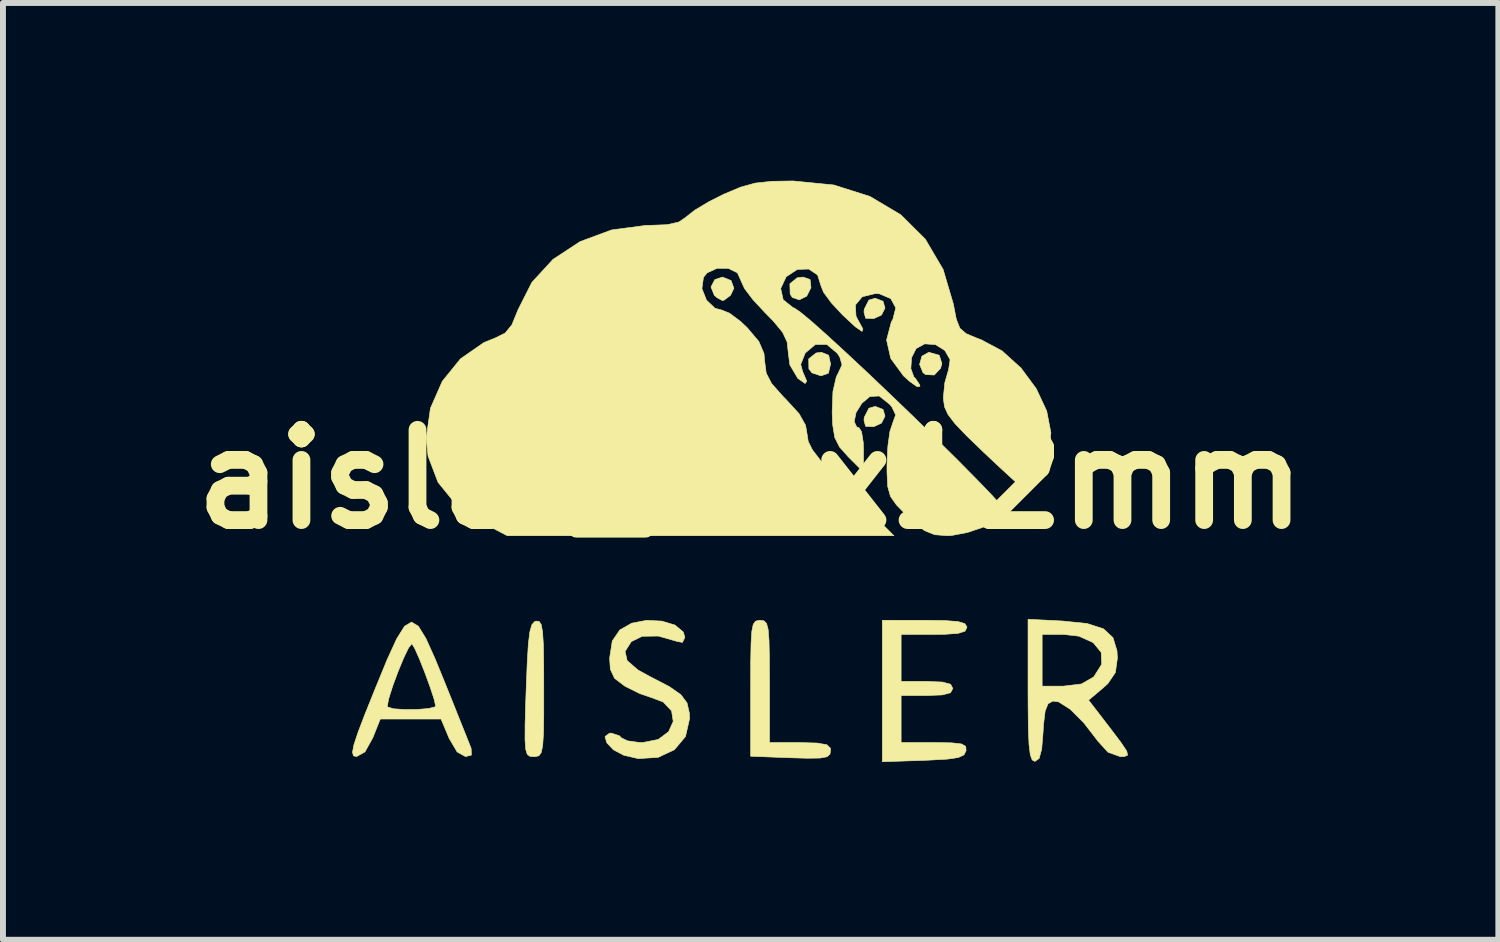
<source format=kicad_pcb>
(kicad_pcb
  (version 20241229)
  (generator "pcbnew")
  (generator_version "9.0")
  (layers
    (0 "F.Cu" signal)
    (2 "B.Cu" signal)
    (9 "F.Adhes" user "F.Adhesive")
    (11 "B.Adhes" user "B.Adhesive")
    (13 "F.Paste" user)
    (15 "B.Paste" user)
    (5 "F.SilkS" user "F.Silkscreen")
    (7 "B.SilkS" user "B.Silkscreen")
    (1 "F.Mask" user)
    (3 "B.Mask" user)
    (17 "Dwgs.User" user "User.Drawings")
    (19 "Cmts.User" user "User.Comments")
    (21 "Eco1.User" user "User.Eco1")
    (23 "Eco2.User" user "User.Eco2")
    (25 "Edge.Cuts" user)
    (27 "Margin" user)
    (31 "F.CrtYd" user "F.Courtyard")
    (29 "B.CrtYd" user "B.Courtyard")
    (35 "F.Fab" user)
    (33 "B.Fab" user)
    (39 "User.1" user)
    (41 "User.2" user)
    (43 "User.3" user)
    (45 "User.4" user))
  (footprint "aisler_15x12mm"
    (layer "F.Cu")
    (at 9.623 5.041)
    (property "Reference" "aisler_15x12mm" (at 0 0 0) (layer "F.SilkS") (effects (font (size 1.524 1.524) (thickness 0.3))))
    (attr through_hole)
    (fp_poly (pts (xy 1.003 -3.373) (xy 1.018 -3.235) (xy 0.946 -3.091) (xy 0.821 -3.029) (xy 0.703 -3.069) (xy 0.667 -3.126) (xy 0.662 -3.301) (xy 0.786 -3.401) (xy 0.883 -3.413) (xy 1.003 -3.373)) (stroke (width 0.01) (type solid)) (fill yes) (layer "F.SilkS"))
    (fp_poly (pts (xy 1.317 -2.094) (xy 1.349 -1.945) (xy 1.313 -1.79) (xy 1.188 -1.746) (xy 1.036 -1.796) (xy 0.983 -1.862) (xy 0.98 -2.033) (xy 1.105 -2.132) (xy 1.195 -2.143) (xy 1.317 -2.094)) (stroke (width 0.01) (type solid)) (fill yes) (layer "F.SilkS"))
    (fp_poly (pts (xy 2.235 -3.005) (xy 2.268 -2.891) (xy 2.209 -2.773) (xy 2.077 -2.712) (xy 1.941 -2.718) (xy 1.913 -2.822) (xy 1.918 -2.871) (xy 1.996 -3.025) (xy 2.103 -3.056) (xy 2.235 -3.005)) (stroke (width 0.01) (type solid)) (fill yes) (layer "F.SilkS"))
    (fp_poly (pts (xy 2.235 -1.179) (xy 2.268 -1.066) (xy 2.209 -0.948) (xy 2.077 -0.887) (xy 1.941 -0.893) (xy 1.913 -0.996) (xy 1.918 -1.045) (xy 1.996 -1.199) (xy 2.103 -1.23) (xy 2.235 -1.179)) (stroke (width 0.01) (type solid)) (fill yes) (layer "F.SilkS"))
    (fp_poly (pts (xy -0.331 -3.355) (xy -0.283 -3.224) (xy -0.34 -3.105) (xy -0.445 -3.026) (xy -0.476 -3.016) (xy -0.567 -3.065) (xy -0.613 -3.105) (xy -0.67 -3.246) (xy -0.605 -3.37) (xy -0.476 -3.413) (xy -0.331 -3.355)) (stroke (width 0.01) (type solid)) (fill yes) (layer "F.SilkS"))
    (fp_poly (pts (xy 3.184 -2.093) (xy 3.228 -1.953) (xy 3.206 -1.872) (xy 3.099 -1.76) (xy 2.954 -1.767) (xy 2.91 -1.799) (xy 2.852 -1.939) (xy 2.891 -2.078) (xy 3.007 -2.143) (xy 3.012 -2.143) (xy 3.184 -2.093)) (stroke (width 0.01) (type solid)) (fill yes) (layer "F.SilkS"))
    (fp_poly (pts (xy -3.571 2.4) (xy -3.536 2.454) (xy -3.513 2.58) (xy -3.499 2.8) (xy -3.494 3.137) (xy -3.493 3.526) (xy -3.493 3.976) (xy -3.498 4.291) (xy -3.511 4.495) (xy -3.535 4.612) (xy -3.573 4.667) (xy -3.63 4.682) (xy -3.66 4.683) (xy -3.726 4.678) (xy -3.771 4.645) (xy -3.797 4.56) (xy -3.809 4.4) (xy -3.808 4.14) (xy -3.797 3.756) (xy -3.79 3.552) (xy -3.772 3.099) (xy -3.753 2.782) (xy -3.728 2.576) (xy -3.695 2.458) (xy -3.649 2.405) (xy -3.622 2.395) (xy -3.571 2.4)) (stroke (width 0.01) (type solid)) (fill yes) (layer "F.SilkS"))
    (fp_poly (pts (xy 0.224 2.39) (xy 0.268 2.433) (xy 0.295 2.536) (xy 0.31 2.724) (xy 0.316 3.022) (xy 0.318 3.413) (xy 0.318 4.445) (xy 0.833 4.445) (xy 1.126 4.454) (xy 1.288 4.483) (xy 1.347 4.541) (xy 1.349 4.559) (xy 1.34 4.638) (xy 1.29 4.685) (xy 1.172 4.707) (xy 0.954 4.71) (xy 0.615 4.7) (xy 0 4.676) (xy 0 3.529) (xy 0.001 3.081) (xy 0.007 2.768) (xy 0.02 2.565) (xy 0.044 2.449) (xy 0.083 2.396) (xy 0.14 2.382) (xy 0.159 2.381) (xy 0.224 2.39)) (stroke (width 0.01) (type solid)) (fill yes) (layer "F.SilkS"))
    (fp_poly (pts (xy 3.285 2.386) (xy 3.502 2.403) (xy 3.615 2.437) (xy 3.651 2.492) (xy 3.651 2.5) (xy 3.619 2.565) (xy 3.501 2.602) (xy 3.27 2.618) (xy 3.096 2.619) (xy 2.54 2.619) (xy 2.54 3.413) (xy 2.977 3.413) (xy 3.24 3.424) (xy 3.375 3.461) (xy 3.413 3.532) (xy 3.374 3.604) (xy 3.236 3.641) (xy 2.977 3.651) (xy 2.54 3.651) (xy 2.54 4.445) (xy 3.101 4.445) (xy 3.395 4.45) (xy 3.561 4.469) (xy 3.631 4.51) (xy 3.637 4.583) (xy 3.636 4.584) (xy 3.601 4.653) (xy 3.505 4.698) (xy 3.319 4.725) (xy 3.011 4.742) (xy 2.916 4.746) (xy 2.223 4.769) (xy 2.223 2.381) (xy 2.937 2.381) (xy 3.285 2.386)) (stroke (width 0.01) (type solid)) (fill yes) (layer "F.SilkS"))
    (fp_poly (pts (xy -1.499 2.395) (xy -1.277 2.462) (xy -1.137 2.579) (xy -1.111 2.67) (xy -1.152 2.755) (xy -1.25 2.735) (xy -1.559 2.647) (xy -1.832 2.651) (xy -2.015 2.741) (xy -2.12 2.906) (xy -2.085 3.062) (xy -1.903 3.22) (xy -1.695 3.334) (xy -1.376 3.499) (xy -1.178 3.637) (xy -1.074 3.777) (xy -1.035 3.948) (xy -1.032 4.044) (xy -1.1 4.343) (xy -1.287 4.566) (xy -1.562 4.695) (xy -1.896 4.716) (xy -2.142 4.66) (xy -2.317 4.567) (xy -2.429 4.449) (xy -2.459 4.345) (xy -2.384 4.288) (xy -2.352 4.286) (xy -2.214 4.332) (xy -2.183 4.366) (xy -2.079 4.416) (xy -1.881 4.444) (xy -1.823 4.445) (xy -1.56 4.393) (xy -1.385 4.262) (xy -1.307 4.089) (xy -1.335 3.91) (xy -1.476 3.761) (xy -1.65 3.695) (xy -1.873 3.618) (xy -2.113 3.499) (xy -2.126 3.491) (xy -2.298 3.361) (xy -2.369 3.207) (xy -2.381 3.021) (xy -2.336 2.73) (xy -2.208 2.543) (xy -2.008 2.43) (xy -1.757 2.382) (xy -1.499 2.395)) (stroke (width 0.01) (type solid)) (fill yes) (layer "F.SilkS"))
    (fp_poly (pts (xy 5.271 2.394) (xy 5.681 2.436) (xy 5.956 2.525) (xy 6.117 2.674) (xy 6.185 2.898) (xy 6.191 3.021) (xy 6.158 3.262) (xy 6.031 3.449) (xy 5.948 3.524) (xy 5.705 3.729) (xy 6.072 4.206) (xy 6.254 4.447) (xy 6.349 4.589) (xy 6.364 4.659) (xy 6.309 4.681) (xy 6.241 4.683) (xy 6.034 4.609) (xy 5.866 4.425) (xy 5.625 4.113) (xy 5.396 3.884) (xy 5.201 3.759) (xy 5.103 3.745) (xy 5.021 3.79) (xy 4.972 3.911) (xy 4.944 4.142) (xy 4.937 4.267) (xy 4.913 4.557) (xy 4.87 4.714) (xy 4.801 4.762) (xy 4.798 4.763) (xy 4.753 4.739) (xy 4.721 4.652) (xy 4.7 4.482) (xy 4.688 4.206) (xy 4.684 3.803) (xy 4.683 3.563) (xy 4.683 2.619) (xy 4.921 2.619) (xy 4.921 3.493) (xy 5.278 3.493) (xy 5.585 3.456) (xy 5.789 3.339) (xy 5.794 3.334) (xy 5.927 3.123) (xy 5.918 2.923) (xy 5.783 2.758) (xy 5.541 2.649) (xy 5.278 2.619) (xy 4.921 2.619) (xy 4.683 2.619) (xy 4.683 2.364) (xy 5.271 2.394)) (stroke (width 0.01) (type solid)) (fill yes) (layer "F.SilkS"))
    (fp_poly (pts (xy -5.61 2.481) (xy -5.482 2.689) (xy -5.327 3.033) (xy -5.181 3.39) (xy -5.027 3.772) (xy -4.892 4.11) (xy -4.787 4.372) (xy -4.726 4.526) (xy -4.719 4.544) (xy -4.715 4.657) (xy -4.814 4.682) (xy -4.955 4.604) (xy -5.09 4.375) (xy -5.094 4.365) (xy -5.227 4.048) (xy -6.253 4.048) (xy -6.38 4.366) (xy -6.512 4.603) (xy -6.655 4.683) (xy -6.655 4.683) (xy -6.706 4.668) (xy -6.722 4.608) (xy -6.698 4.484) (xy -6.629 4.274) (xy -6.508 3.957) (xy -6.456 3.829) (xy -6.134 3.829) (xy -6.13 3.845) (xy -6.029 3.875) (xy -5.842 3.888) (xy -5.624 3.886) (xy -5.433 3.87) (xy -5.326 3.841) (xy -5.318 3.83) (xy -5.344 3.713) (xy -5.41 3.512) (xy -5.498 3.271) (xy -5.59 3.038) (xy -5.67 2.858) (xy -5.718 2.779) (xy -5.721 2.778) (xy -5.775 2.846) (xy -5.859 3.019) (xy -5.954 3.25) (xy -6.044 3.493) (xy -6.11 3.702) (xy -6.134 3.829) (xy -6.456 3.829) (xy -6.345 3.552) (xy -6.139 3.05) (xy -5.976 2.694) (xy -5.843 2.481) (xy -5.725 2.411) (xy -5.61 2.481)) (stroke (width 0.01) (type solid)) (fill yes) (layer "F.SilkS"))
    (fp_poly (pts (xy 1.404 -4.968) (xy 2.013 -4.775) (xy 2.532 -4.467) (xy 2.948 -4.054) (xy 3.249 -3.543) (xy 3.421 -2.962) (xy 3.472 -2.701) (xy 3.533 -2.548) (xy 3.64 -2.457) (xy 3.83 -2.378) (xy 3.889 -2.357) (xy 4.246 -2.166) (xy 4.564 -1.878) (xy 4.822 -1.529) (xy 4.998 -1.152) (xy 5.069 -0.784) (xy 5.043 -0.54) (xy 4.961 -0.293) (xy 4.862 -0.056) (xy 4.766 0.129) (xy 4.694 0.219) (xy 4.68 0.221) (xy 4.603 0.16) (xy 4.437 0.012) (xy 4.205 -0.201) (xy 3.939 -0.451) (xy 3.644 -0.736) (xy 3.448 -0.941) (xy 3.331 -1.095) (xy 3.273 -1.223) (xy 3.255 -1.353) (xy 3.254 -1.389) (xy 3.278 -1.631) (xy 3.335 -1.827) (xy 3.34 -1.837) (xy 3.367 -2.019) (xy 3.279 -2.174) (xy 3.121 -2.273) (xy 2.938 -2.286) (xy 2.794 -2.207) (xy 2.717 -2.055) (xy 2.704 -1.868) (xy 2.756 -1.725) (xy 2.778 -1.707) (xy 2.855 -1.593) (xy 2.857 -1.567) (xy 2.808 -1.564) (xy 2.681 -1.654) (xy 2.58 -1.746) (xy 2.365 -2.04) (xy 2.295 -2.351) (xy 2.375 -2.656) (xy 2.401 -2.7) (xy 2.45 -2.894) (xy 2.366 -3.049) (xy 2.173 -3.131) (xy 2.103 -3.135) (xy 1.884 -3.081) (xy 1.768 -2.942) (xy 1.778 -2.756) (xy 1.806 -2.7) (xy 1.895 -2.537) (xy 1.881 -2.496) (xy 1.766 -2.575) (xy 1.551 -2.775) (xy 1.548 -2.778) (xy 1.36 -2.981) (xy 1.231 -3.157) (xy 1.191 -3.255) (xy 1.13 -3.449) (xy 0.98 -3.549) (xy 0.787 -3.542) (xy 0.6 -3.419) (xy 0.507 -3.221) (xy 0.549 -3.03) (xy 0.715 -2.898) (xy 0.737 -2.89) (xy 0.838 -2.822) (xy 1.03 -2.663) (xy 1.295 -2.427) (xy 1.617 -2.131) (xy 1.98 -1.792) (xy 2.365 -1.425) (xy 2.758 -1.047) (xy 3.14 -0.674) (xy 3.496 -0.322) (xy 3.808 -0.006) (xy 4.06 0.255) (xy 4.234 0.448) (xy 4.315 0.554) (xy 4.318 0.568) (xy 4.181 0.686) (xy 3.943 0.803) (xy 3.662 0.898) (xy 3.394 0.949) (xy 3.32 0.953) (xy 3.106 0.936) (xy 2.933 0.866) (xy 2.742 0.714) (xy 2.642 0.618) (xy 2.462 0.434) (xy 2.36 0.289) (xy 2.314 0.124) (xy 2.302 -0.117) (xy 2.302 -0.256) (xy 2.316 -0.555) (xy 2.351 -0.807) (xy 2.398 -0.949) (xy 2.448 -1.087) (xy 2.385 -1.22) (xy 2.346 -1.266) (xy 2.17 -1.406) (xy 2.013 -1.397) (xy 1.878 -1.284) (xy 1.779 -1.125) (xy 1.748 -0.972) (xy 1.792 -0.881) (xy 1.826 -0.873) (xy 1.872 -0.802) (xy 1.901 -0.621) (xy 1.905 -0.498) (xy 1.905 -0.122) (xy 1.647 -0.38) (xy 1.5 -0.545) (xy 1.42 -0.704) (xy 1.385 -0.919) (xy 1.376 -1.126) (xy 1.389 -1.479) (xy 1.446 -1.729) (xy 1.474 -1.783) (xy 1.543 -1.931) (xy 1.504 -2.064) (xy 1.463 -2.127) (xy 1.286 -2.276) (xy 1.093 -2.276) (xy 0.921 -2.131) (xy 0.845 -1.939) (xy 0.877 -1.819) (xy 0.947 -1.656) (xy 0.92 -1.616) (xy 0.798 -1.702) (xy 0.794 -1.707) (xy 0.662 -1.93) (xy 0.635 -2.139) (xy 0.616 -2.317) (xy 0.54 -2.48) (xy 0.382 -2.671) (xy 0.238 -2.818) (xy 0.039 -3.032) (xy -0.103 -3.219) (xy -0.159 -3.341) (xy -0.159 -3.342) (xy -0.223 -3.485) (xy -0.377 -3.56) (xy -0.566 -3.562) (xy -0.734 -3.485) (xy -0.797 -3.408) (xy -0.823 -3.219) (xy -0.746 -3.024) (xy -0.602 -2.887) (xy -0.491 -2.857) (xy -0.358 -2.804) (xy -0.172 -2.666) (xy -0.056 -2.556) (xy 0.138 -2.326) (xy 0.225 -2.122) (xy 0.238 -1.978) (xy 0.263 -1.79) (xy 0.354 -1.615) (xy 0.541 -1.404) (xy 0.595 -1.349) (xy 0.817 -1.107) (xy 0.927 -0.911) (xy 0.953 -0.759) (xy 0.972 -0.637) (xy 1.042 -0.497) (xy 1.18 -0.317) (xy 1.402 -0.073) (xy 1.685 0.217) (xy 2.418 0.953) (xy -4.109 0.953) (xy -4.535 0.731) (xy -4.971 0.43) (xy -5.278 0.051) (xy -5.446 -0.391) (xy -5.477 -0.698) (xy -5.406 -1.199) (xy -5.206 -1.654) (xy -4.898 -2.034) (xy -4.503 -2.308) (xy -4.313 -2.385) (xy -4.144 -2.468) (xy -4.03 -2.609) (xy -3.929 -2.857) (xy -3.927 -2.862) (xy -3.694 -3.323) (xy -3.337 -3.712) (xy -2.88 -4.012) (xy -2.349 -4.209) (xy -1.767 -4.286) (xy -1.716 -4.286) (xy -1.408 -4.298) (xy -1.213 -4.342) (xy -1.088 -4.427) (xy -1.08 -4.436) (xy -0.939 -4.546) (xy -0.704 -4.686) (xy -0.452 -4.813) (xy -0.171 -4.931) (xy 0.077 -5) (xy 0.357 -5.03) (xy 0.714 -5.036) (xy 1.404 -4.968)) (stroke (width 0.01) (type solid)) (fill yes) (layer "F.SilkS")))
  (gr_rect
    (start -3 -3)
    (end 22.246 12.815)
    (stroke (width 0.1) (type default))
    (fill no)
    (layer "Edge.Cuts")))
</source>
